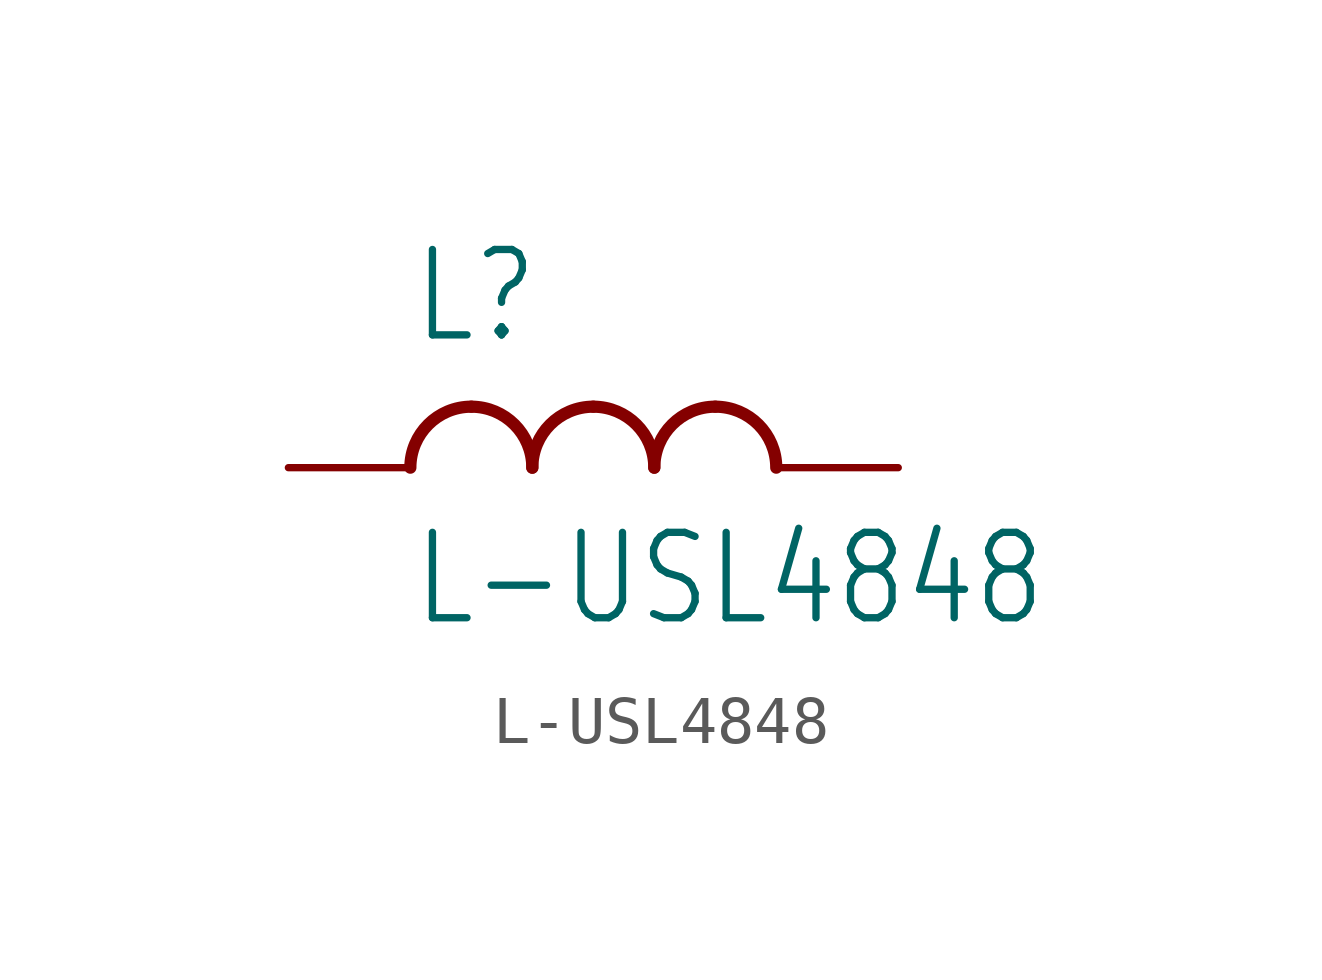
<source format=kicad_sym>
(kicad_symbol_lib
  (version 20211014)
  (generator kicad_symbol_editor)
  (symbol "L-USL4848"
    (property "Reference" "L"
      (at -5.08 2.54 0)
      (effects (font (size 1.778 1.511)) (justify left bottom)))
    (property "Value" "L-USL4848"
      (at -5.08 -1.27 0)
      (effects (font (size 1.778 1.511)) (justify left top)))
    (property "ki_locked" ""
      (at 0 0 0)
      (effects (font (size 1.27 1.27))))
    (symbol "L-USL4848_1_0"
      (arc (start -3.81 1.27) (mid -4.708 0.898) (end -5.08 0) (stroke (width 0.254) (type default) (color 0 0 0 0)) (fill (type none)))
      (arc (start -2.54 0) (mid -2.912 0.898) (end -3.81 1.27) (stroke (width 0.254) (type default) (color 0 0 0 0)) (fill (type none)))
      (arc (start -1.27 1.27) (mid -2.168 0.898) (end -2.54 0) (stroke (width 0.254) (type default) (color 0 0 0 0)) (fill (type none)))
      (arc (start 0 0) (mid -0.372 0.898) (end -1.27 1.27) (stroke (width 0.254) (type default) (color 0 0 0 0)) (fill (type none)))
      (arc (start 1.27 1.27) (mid 0.372 0.898) (end 0 0) (stroke (width 0.254) (type default) (color 0 0 0 0)) (fill (type none)))
      (arc (start 2.54 0) (mid 2.168 0.898) (end 1.27 1.27) (stroke (width 0.254) (type default) (color 0 0 0 0)) (fill (type none)))
      (pin passive line (at -7.62 0 0) (length 2.54) (name "1" (effects (font (size 0 0)))) (number "P$1" (effects (font (size 0 0)))))
      (pin passive line (at 5.08 0 180) (length 2.54) (name "2" (effects (font (size 0 0)))) (number "P$2" (effects (font (size 0 0))))))))
</source>
